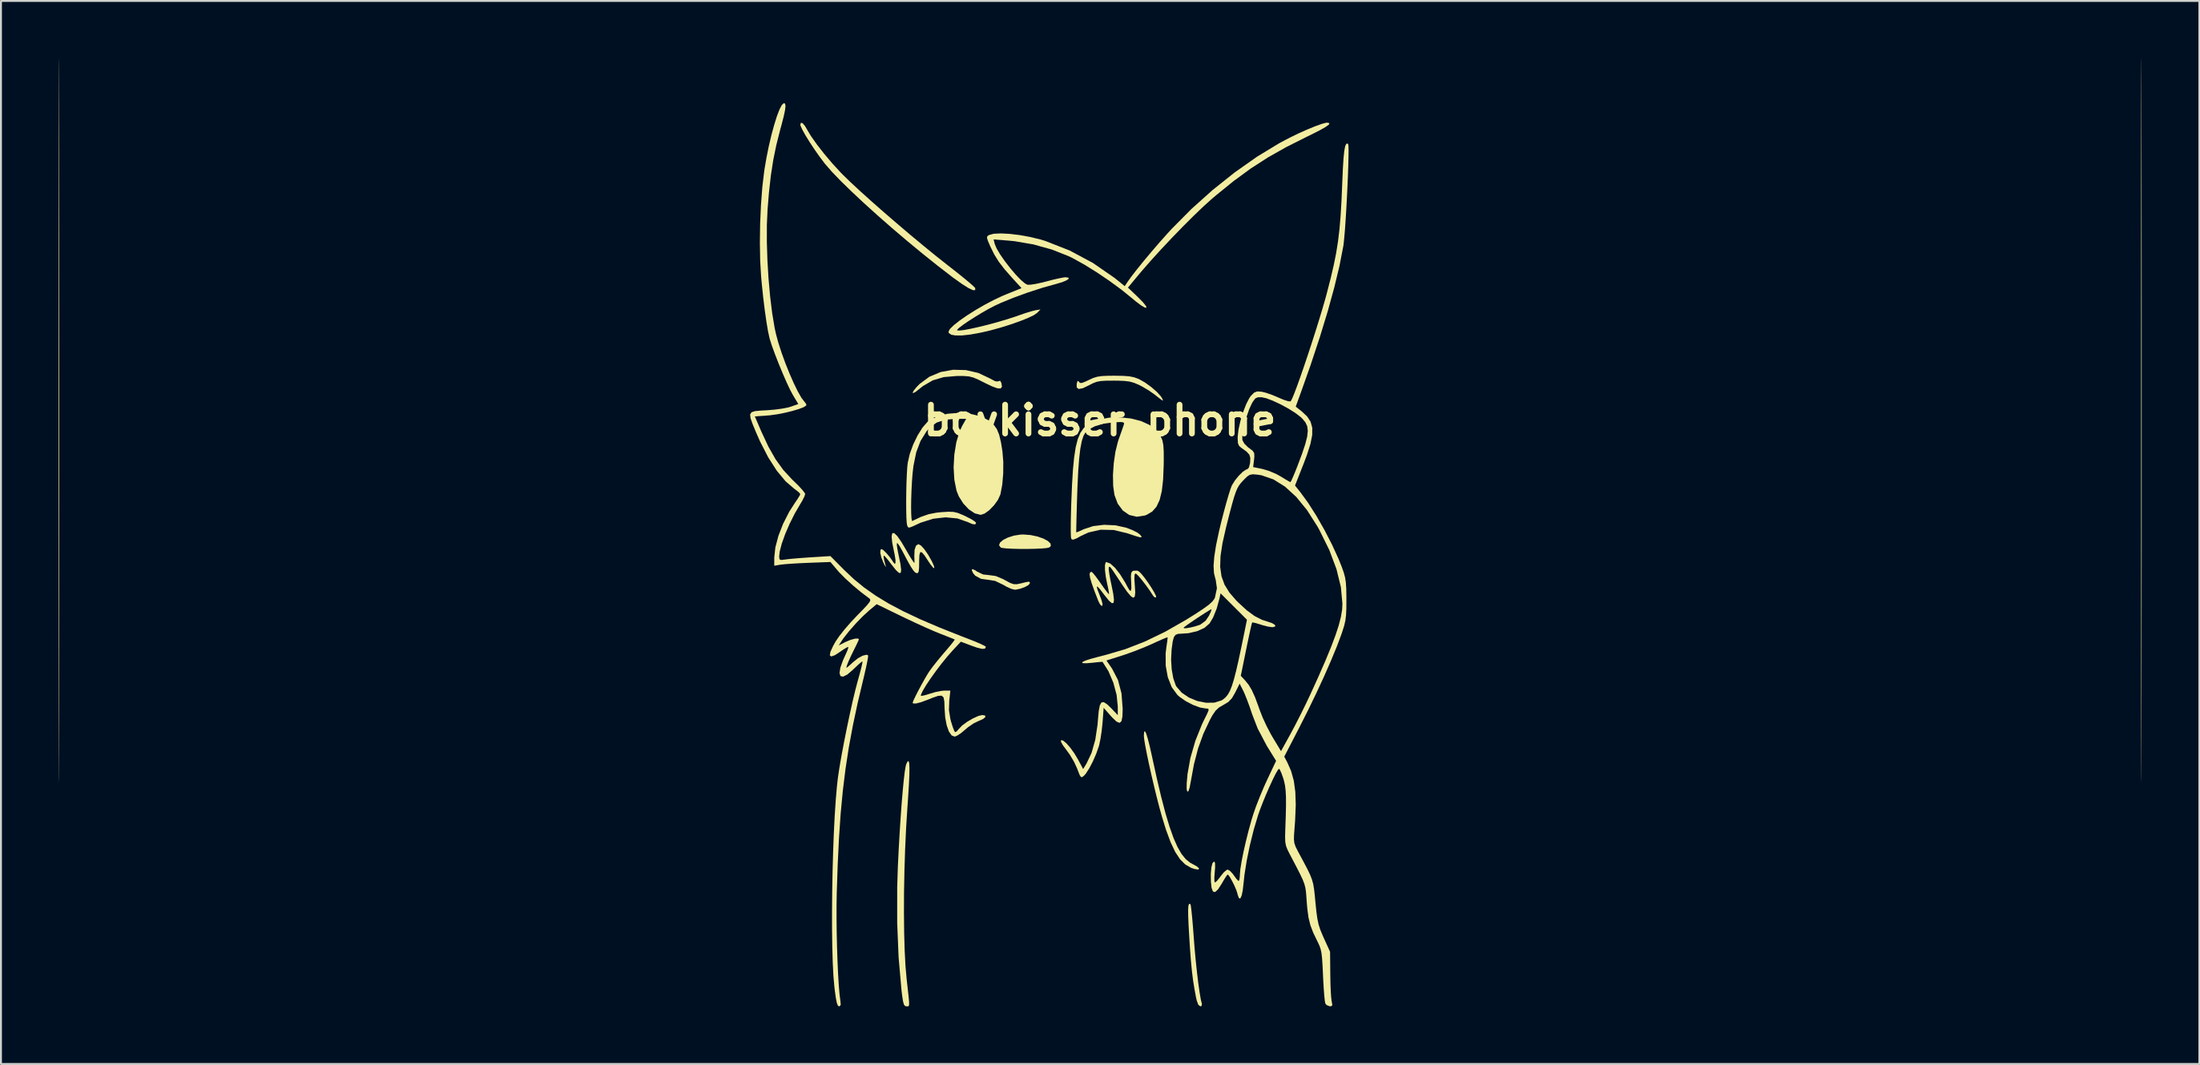
<source format=kicad_pcb>
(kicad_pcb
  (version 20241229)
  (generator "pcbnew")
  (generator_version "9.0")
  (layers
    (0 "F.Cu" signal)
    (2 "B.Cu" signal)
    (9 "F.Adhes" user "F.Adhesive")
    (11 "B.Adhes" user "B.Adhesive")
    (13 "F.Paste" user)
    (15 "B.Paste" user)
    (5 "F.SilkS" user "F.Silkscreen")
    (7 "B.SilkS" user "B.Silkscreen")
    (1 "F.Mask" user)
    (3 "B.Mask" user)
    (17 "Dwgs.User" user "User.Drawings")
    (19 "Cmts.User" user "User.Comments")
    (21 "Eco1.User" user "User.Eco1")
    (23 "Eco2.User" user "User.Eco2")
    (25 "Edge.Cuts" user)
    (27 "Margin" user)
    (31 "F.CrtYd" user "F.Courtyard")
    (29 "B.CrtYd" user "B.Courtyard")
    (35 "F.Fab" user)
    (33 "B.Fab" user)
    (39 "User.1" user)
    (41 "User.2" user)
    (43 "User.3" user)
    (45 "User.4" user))
  (footprint "boykisser_phone"
    (layer "F.Cu")
    (at 54.145 18.826)
    (property "Reference" "boykisser_phone" (at 0 0 0) (layer "F.SilkS") (effects (font (size 1.5 1.5) (thickness 0.3))))
    (attr board_only exclude_from_pos_files exclude_from_bom)
    (fp_poly (pts (xy -3.607 5.961) (xy -3.254 6.035) (xy -2.945 6.141) (xy -2.708 6.268) (xy -2.568 6.401) (xy -2.551 6.528) (xy -2.625 6.605) (xy -2.759 6.637) (xy -3.022 6.661) (xy -3.376 6.676) (xy -3.779 6.684) (xy -4.194 6.683) (xy -4.579 6.673) (xy -4.895 6.655) (xy -5.103 6.629) (xy -5.156 6.611) (xy -5.244 6.491) (xy -5.194 6.354) (xy -5.03 6.215) (xy -4.781 6.089) (xy -4.472 5.991) (xy -4.132 5.938) (xy -3.979 5.932)) (stroke (width 0) (type solid)) (fill yes) (layer "F.SilkS"))
    (fp_poly (pts (xy -6.475 7.799) (xy -6.385 7.864) (xy -6.077 8.011) (xy -5.777 8.043) (xy -5.418 8.093) (xy -5.032 8.254) (xy -4.937 8.306) (xy -4.673 8.45) (xy -4.486 8.516) (xy -4.314 8.519) (xy -4.107 8.476) (xy -3.843 8.411) (xy -3.704 8.389) (xy -3.65 8.408) (xy -3.641 8.468) (xy -3.641 8.471) (xy -3.714 8.562) (xy -3.896 8.663) (xy -4.13 8.751) (xy -4.358 8.801) (xy -4.426 8.805) (xy -4.607 8.761) (xy -4.858 8.647) (xy -5.024 8.551) (xy -5.445 8.348) (xy -5.756 8.297) (xy -6.177 8.241) (xy -6.481 8.077) (xy -6.593 7.944) (xy -6.666 7.781) (xy -6.622 7.731)) (stroke (width 0) (type solid)) (fill yes) (layer "F.SilkS"))
    (fp_poly (pts (xy 4.71 25.171) (xy 4.732 25.268) (xy 4.762 25.508) (xy 4.798 25.862) (xy 4.836 26.306) (xy 4.875 26.81) (xy 4.878 26.857) (xy 4.927 27.489) (xy 4.986 28.123) (xy 5.051 28.731) (xy 5.118 29.285) (xy 5.185 29.757) (xy 5.247 30.12) (xy 5.301 30.345) (xy 5.308 30.364) (xy 5.284 30.464) (xy 5.222 30.48) (xy 5.121 30.407) (xy 5.036 30.179) (xy 5.003 30.035) (xy 4.916 29.569) (xy 4.844 29.117) (xy 4.785 28.64) (xy 4.733 28.102) (xy 4.685 27.462) (xy 4.647 26.867) (xy 4.612 26.251) (xy 4.593 25.787) (xy 4.589 25.46) (xy 4.602 25.255) (xy 4.632 25.156) (xy 4.679 25.147)) (stroke (width 0) (type solid)) (fill yes) (layer "F.SilkS"))
    (fp_poly (pts (xy -6.973 -2.622) (xy -6.324 -2.473) (xy -5.718 -2.187) (xy -5.693 -2.172) (xy -5.442 -2.04) (xy -5.293 -2.029) (xy -5.269 -2.046) (xy -5.183 -2.063) (xy -5.122 -1.947) (xy -5.091 -1.757) (xy -5.157 -1.666) (xy -5.33 -1.673) (xy -5.62 -1.779) (xy -5.973 -1.949) (xy -6.319 -2.123) (xy -6.574 -2.232) (xy -6.798 -2.29) (xy -7.05 -2.313) (xy -7.39 -2.315) (xy -7.447 -2.314) (xy -8.118 -2.256) (xy -8.688 -2.088) (xy -9.195 -1.796) (xy -9.423 -1.613) (xy -9.6 -1.476) (xy -9.714 -1.425) (xy -9.737 -1.445) (xy -9.679 -1.558) (xy -9.531 -1.739) (xy -9.371 -1.903) (xy -8.864 -2.276) (xy -8.275 -2.522) (xy -7.634 -2.638)) (stroke (width 0) (type solid)) (fill yes) (layer "F.SilkS"))
    (fp_poly (pts (xy 2.404 16.282) (xy 2.489 16.549) (xy 2.594 16.96) (xy 2.706 17.462) (xy 2.957 18.608) (xy 3.191 19.597) (xy 3.412 20.439) (xy 3.624 21.144) (xy 3.83 21.725) (xy 4.036 22.19) (xy 4.244 22.551) (xy 4.459 22.819) (xy 4.685 23.004) (xy 4.805 23.069) (xy 5.06 23.212) (xy 5.161 23.317) (xy 5.116 23.365) (xy 4.929 23.338) (xy 4.741 23.273) (xy 4.443 23.103) (xy 4.171 22.833) (xy 3.917 22.448) (xy 3.674 21.935) (xy 3.432 21.279) (xy 3.225 20.605) (xy 3.094 20.133) (xy 2.955 19.593) (xy 2.814 19.017) (xy 2.677 18.432) (xy 2.551 17.867) (xy 2.443 17.352) (xy 2.358 16.916) (xy 2.304 16.587) (xy 2.286 16.404) (xy 2.3 16.204) (xy 2.34 16.166)) (stroke (width 0) (type solid)) (fill yes) (layer "F.SilkS"))
    (fp_poly (pts (xy -9.915 17.829) (xy -9.903 18.069) (xy -9.908 18.448) (xy -9.933 18.976) (xy -9.976 19.659) (xy -10.01 20.151) (xy -10.077 21.207) (xy -10.128 22.31) (xy -10.164 23.433) (xy -10.185 24.549) (xy -10.189 25.63) (xy -10.178 26.65) (xy -10.151 27.583) (xy -10.108 28.4) (xy -10.048 29.073) (xy -9.99 29.591) (xy -9.948 29.964) (xy -9.925 30.216) (xy -9.92 30.37) (xy -9.934 30.45) (xy -9.966 30.479) (xy -10.017 30.482) (xy -10.063 30.48) (xy -10.138 30.46) (xy -10.193 30.38) (xy -10.238 30.211) (xy -10.282 29.924) (xy -10.318 29.627) (xy -10.467 27.928) (xy -10.541 26.125) (xy -10.54 24.269) (xy -10.505 23.199) (xy -10.462 22.323) (xy -10.414 21.476) (xy -10.362 20.675) (xy -10.309 19.938) (xy -10.254 19.284) (xy -10.201 18.731) (xy -10.15 18.296) (xy -10.102 17.999) (xy -10.068 17.873) (xy -9.998 17.739) (xy -9.947 17.722)) (stroke (width 0) (type solid)) (fill yes) (layer "F.SilkS"))
    (fp_poly (pts (xy 1.205 -2.321) (xy 1.527 -2.297) (xy 1.775 -2.248) (xy 1.996 -2.168) (xy 2.042 -2.147) (xy 2.346 -1.975) (xy 2.669 -1.741) (xy 2.961 -1.487) (xy 3.172 -1.253) (xy 3.225 -1.171) (xy 3.278 -1.064) (xy 3.269 -1.033) (xy 3.179 -1.088) (xy 2.987 -1.237) (xy 2.879 -1.324) (xy 2.572 -1.543) (xy 2.214 -1.757) (xy 2.032 -1.851) (xy 1.785 -1.956) (xy 1.554 -2.022) (xy 1.284 -2.057) (xy 0.922 -2.071) (xy 0.72 -2.072) (xy 0.318 -2.069) (xy 0.035 -2.051) (xy -0.178 -2.008) (xy -0.373 -1.932) (xy -0.567 -1.831) (xy -0.894 -1.675) (xy -1.105 -1.638) (xy -1.206 -1.72) (xy -1.205 -1.909) (xy -1.163 -2.054) (xy -1.112 -2.045) (xy -1.091 -2.012) (xy -1.029 -1.951) (xy -0.92 -1.956) (xy -0.724 -2.035) (xy -0.574 -2.107) (xy -0.348 -2.21) (xy -0.138 -2.275) (xy 0.106 -2.311) (xy 0.433 -2.326) (xy 0.762 -2.328)) (stroke (width 0) (type solid)) (fill yes) (layer "F.SilkS"))
    (fp_poly (pts (xy -15.453 -15.461) (xy -15.329 -15.312) (xy -15.248 -15.171) (xy -15.033 -14.81) (xy -14.722 -14.369) (xy -14.343 -13.882) (xy -13.923 -13.385) (xy -13.491 -12.913) (xy -13.365 -12.785) (xy -12.972 -12.402) (xy -12.47 -11.936) (xy -11.883 -11.408) (xy -11.236 -10.838) (xy -10.552 -10.248) (xy -9.857 -9.657) (xy -9.174 -9.089) (xy -8.527 -8.562) (xy -7.942 -8.099) (xy -7.906 -8.071) (xy -7.488 -7.744) (xy -7.117 -7.446) (xy -6.813 -7.195) (xy -6.598 -7.007) (xy -6.491 -6.901) (xy -6.485 -6.89) (xy -6.483 -6.78) (xy -6.6 -6.78) (xy -6.83 -6.887) (xy -7.165 -7.097) (xy -7.599 -7.407) (xy -7.677 -7.465) (xy -8.443 -8.056) (xy -9.233 -8.688) (xy -10.029 -9.346) (xy -10.813 -10.013) (xy -11.567 -10.675) (xy -12.275 -11.315) (xy -12.919 -11.918) (xy -13.482 -12.468) (xy -13.945 -12.95) (xy -14.291 -13.348) (xy -14.318 -13.382) (xy -14.582 -13.733) (xy -14.849 -14.113) (xy -15.1 -14.494) (xy -15.316 -14.845) (xy -15.478 -15.136) (xy -15.567 -15.335) (xy -15.578 -15.388) (xy -15.543 -15.492)) (stroke (width 0) (type solid)) (fill yes) (layer "F.SilkS"))
    (fp_poly (pts (xy -54.131 -18.675) (xy -54.129 -18.368) (xy -54.128 -17.903) (xy -54.127 -17.277) (xy -54.125 -16.487) (xy -54.124 -15.531) (xy -54.123 -15.261) (xy -54.121 -13.35) (xy -54.119 -11.295) (xy -54.117 -9.119) (xy -54.116 -6.848) (xy -54.115 -4.506) (xy -54.114 -2.117) (xy -54.114 0.293) (xy -54.114 2.7) (xy -54.115 5.079) (xy -54.116 7.406) (xy -54.117 9.657) (xy -54.119 11.805) (xy -54.121 13.828) (xy -54.123 15.261) (xy -54.125 16.26) (xy -54.126 17.092) (xy -54.128 17.759) (xy -54.129 18.265) (xy -54.13 18.612) (xy -54.132 18.802) (xy -54.133 18.838) (xy -54.134 18.723) (xy -54.136 18.459) (xy -54.137 18.048) (xy -54.138 17.493) (xy -54.139 16.798) (xy -54.14 15.963) (xy -54.141 14.992) (xy -54.141 13.888) (xy -54.142 12.652) (xy -54.143 11.288) (xy -54.143 9.798) (xy -54.144 8.184) (xy -54.144 6.45) (xy -54.145 4.597) (xy -54.145 2.629) (xy -54.145 0.547) (xy -54.145 0) (xy -54.145 -2.11) (xy -54.145 -4.108) (xy -54.144 -5.99) (xy -54.144 -7.755) (xy -54.144 -9.4) (xy -54.143 -10.921) (xy -54.142 -12.318) (xy -54.142 -13.586) (xy -54.141 -14.724) (xy -54.14 -15.729) (xy -54.139 -16.599) (xy -54.138 -17.33) (xy -54.137 -17.921) (xy -54.136 -18.368) (xy -54.135 -18.67) (xy -54.133 -18.823) (xy -54.132 -18.826)) (stroke (width 0) (type solid)) (fill yes) (layer "F.SilkS"))
    (fp_poly (pts (xy 54.158 -18.675) (xy 54.159 -18.368) (xy 54.161 -17.903) (xy 54.162 -17.277) (xy 54.164 -16.487) (xy 54.165 -15.531) (xy 54.165 -15.261) (xy 54.168 -13.35) (xy 54.17 -11.295) (xy 54.172 -9.119) (xy 54.173 -6.848) (xy 54.174 -4.506) (xy 54.174 -2.117) (xy 54.174 0.293) (xy 54.174 2.7) (xy 54.174 5.079) (xy 54.173 7.406) (xy 54.171 9.657) (xy 54.169 11.805) (xy 54.167 13.828) (xy 54.165 15.261) (xy 54.164 16.26) (xy 54.162 17.092) (xy 54.161 17.759) (xy 54.16 18.265) (xy 54.158 18.612) (xy 54.157 18.802) (xy 54.156 18.838) (xy 54.154 18.723) (xy 54.153 18.459) (xy 54.152 18.048) (xy 54.151 17.493) (xy 54.15 16.798) (xy 54.149 15.963) (xy 54.148 14.992) (xy 54.147 13.888) (xy 54.146 12.652) (xy 54.146 11.288) (xy 54.145 9.798) (xy 54.145 8.184) (xy 54.144 6.45) (xy 54.144 4.597) (xy 54.144 2.629) (xy 54.144 0.547) (xy 54.144 0) (xy 54.144 -2.11) (xy 54.144 -4.108) (xy 54.144 -5.99) (xy 54.145 -7.755) (xy 54.145 -9.4) (xy 54.146 -10.921) (xy 54.146 -12.318) (xy 54.147 -13.586) (xy 54.148 -14.724) (xy 54.149 -15.729) (xy 54.15 -16.599) (xy 54.151 -17.33) (xy 54.152 -17.921) (xy 54.153 -18.368) (xy 54.154 -18.67) (xy 54.155 -18.823) (xy 54.157 -18.826)) (stroke (width 0) (type solid)) (fill yes) (layer "F.SilkS"))
    (fp_poly (pts (xy -10.54 6.01) (xy -10.324 6.318) (xy -10.105 6.688) (xy -9.923 7.003) (xy -9.774 7.244) (xy -9.675 7.386) (xy -9.643 7.408) (xy -9.642 7.27) (xy -9.65 7.054) (xy -9.65 7.05) (xy -9.636 6.732) (xy -9.564 6.517) (xy -9.443 6.435) (xy -9.439 6.435) (xy -9.304 6.507) (xy -9.124 6.704) (xy -8.924 6.995) (xy -8.729 7.345) (xy -8.623 7.584) (xy -8.608 7.688) (xy -8.672 7.658) (xy -8.805 7.495) (xy -8.914 7.332) (xy -9.119 7.021) (xy -9.258 6.86) (xy -9.342 6.85) (xy -9.384 6.992) (xy -9.398 7.286) (xy -9.398 7.362) (xy -9.403 7.681) (xy -9.425 7.862) (xy -9.47 7.938) (xy -9.534 7.944) (xy -9.612 7.903) (xy -9.706 7.797) (xy -9.832 7.606) (xy -10 7.308) (xy -10.225 6.883) (xy -10.298 6.744) (xy -10.421 6.526) (xy -10.517 6.396) (xy -10.555 6.378) (xy -10.559 6.476) (xy -10.529 6.694) (xy -10.471 6.986) (xy -10.464 7.017) (xy -10.37 7.476) (xy -10.334 7.779) (xy -10.358 7.93) (xy -10.447 7.932) (xy -10.602 7.789) (xy -10.828 7.505) (xy -10.837 7.493) (xy -11.016 7.26) (xy -11.157 7.093) (xy -11.23 7.027) (xy -11.23 7.027) (xy -11.25 7.084) (xy -11.218 7.267) (xy -11.132 7.591) (xy -11.137 7.619) (xy -11.198 7.515) (xy -11.252 7.408) (xy -11.366 7.126) (xy -11.419 6.887) (xy -11.408 6.729) (xy -11.353 6.689) (xy -11.254 6.75) (xy -11.099 6.904) (xy -10.929 7.104) (xy -10.788 7.303) (xy -10.761 7.349) (xy -10.674 7.46) (xy -10.63 7.423) (xy -10.629 7.254) (xy -10.674 6.969) (xy -10.706 6.82) (xy -10.801 6.346) (xy -10.83 6.028) (xy -10.795 5.865) (xy -10.697 5.859)) (stroke (width 0) (type solid)) (fill yes) (layer "F.SilkS"))
    (fp_poly (pts (xy -6.774 -0.353) (xy -6.239 -0.225) (xy -5.795 -0.012) (xy -5.727 0.037) (xy -5.515 0.228) (xy -5.357 0.451) (xy -5.238 0.742) (xy -5.144 1.136) (xy -5.068 1.604) (xy -5.023 2.156) (xy -5.027 2.759) (xy -5.077 3.341) (xy -5.17 3.832) (xy -5.175 3.852) (xy -5.299 4.127) (xy -5.502 4.41) (xy -5.746 4.662) (xy -5.991 4.842) (xy -6.199 4.911) (xy -6.502 4.834) (xy -6.815 4.626) (xy -7.104 4.319) (xy -7.338 3.946) (xy -7.455 3.651) (xy -7.569 3.082) (xy -7.606 2.441) (xy -7.57 1.775) (xy -7.466 1.137) (xy -7.299 0.576) (xy -7.158 0.275) (xy -6.952 -0.085) (xy -7.496 -0.085) (xy -8.052 -0.037) (xy -8.494 0.113) (xy -8.853 0.379) (xy -9.019 0.57) (xy -9.328 1.07) (xy -9.55 1.656) (xy -9.694 2.356) (xy -9.739 2.747) (xy -9.773 3.191) (xy -9.797 3.655) (xy -9.812 4.108) (xy -9.817 4.521) (xy -9.811 4.865) (xy -9.796 5.11) (xy -9.77 5.226) (xy -9.758 5.231) (xy -9.3 5.014) (xy -8.909 4.878) (xy -8.512 4.799) (xy -8.225 4.769) (xy -7.871 4.748) (xy -7.618 4.757) (xy -7.395 4.808) (xy -7.135 4.914) (xy -6.993 4.979) (xy -6.721 5.118) (xy -6.522 5.241) (xy -6.436 5.324) (xy -6.435 5.33) (xy -6.49 5.411) (xy -6.66 5.381) (xy -6.864 5.288) (xy -7.41 5.097) (xy -8.024 5.039) (xy -8.672 5.113) (xy -9.319 5.318) (xy -9.446 5.376) (xy -9.72 5.504) (xy -9.878 5.566) (xy -9.959 5.568) (xy -10 5.514) (xy -10.024 5.454) (xy -10.047 5.304) (xy -10.063 5.02) (xy -10.071 4.636) (xy -10.073 4.187) (xy -10.068 3.708) (xy -10.057 3.232) (xy -10.039 2.795) (xy -10.017 2.432) (xy -9.992 2.202) (xy -9.886 1.738) (xy -9.707 1.248) (xy -9.479 0.777) (xy -9.224 0.37) (xy -8.964 0.071) (xy -8.885 0.006) (xy -8.455 -0.215) (xy -7.929 -0.348) (xy -7.353 -0.394)) (stroke (width 0) (type solid)) (fill yes) (layer "F.SilkS"))
    (fp_poly (pts (xy 0.538 7.443) (xy 0.782 7.661) (xy 1.048 8) (xy 1.321 8.441) (xy 1.435 8.657) (xy 1.542 8.838) (xy 1.609 8.867) (xy 1.637 8.739) (xy 1.63 8.45) (xy 1.625 8.383) (xy 1.612 8.092) (xy 1.632 7.925) (xy 1.692 7.842) (xy 1.737 7.819) (xy 1.932 7.812) (xy 2.021 7.848) (xy 2.143 7.962) (xy 2.309 8.166) (xy 2.494 8.42) (xy 2.673 8.688) (xy 2.821 8.934) (xy 2.914 9.119) (xy 2.927 9.206) (xy 2.838 9.197) (xy 2.763 9.112) (xy 2.592 8.848) (xy 2.391 8.568) (xy 2.188 8.305) (xy 2.011 8.096) (xy 1.886 7.975) (xy 1.853 7.959) (xy 1.805 8.021) (xy 1.793 8.218) (xy 1.815 8.565) (xy 1.818 8.594) (xy 1.838 8.95) (xy 1.814 9.161) (xy 1.74 9.225) (xy 1.609 9.142) (xy 1.414 8.91) (xy 1.149 8.528) (xy 1.123 8.488) (xy 0.877 8.114) (xy 0.709 7.861) (xy 0.601 7.707) (xy 0.537 7.63) (xy 0.501 7.609) (xy 0.476 7.624) (xy 0.463 7.637) (xy 0.458 7.737) (xy 0.487 7.965) (xy 0.544 8.283) (xy 0.6 8.547) (xy 0.695 9.018) (xy 0.732 9.332) (xy 0.708 9.494) (xy 0.621 9.506) (xy 0.469 9.373) (xy 0.247 9.098) (xy 0.219 9.06) (xy 0.007 8.783) (xy -0.119 8.648) (xy -0.161 8.654) (xy -0.124 8.801) (xy -0.052 8.985) (xy 0.082 9.338) (xy 0.139 9.554) (xy 0.122 9.646) (xy 0.101 9.652) (xy 0.016 9.582) (xy -0.071 9.419) (xy -0.282 8.875) (xy -0.427 8.468) (xy -0.51 8.181) (xy -0.536 7.998) (xy -0.508 7.901) (xy -0.433 7.874) (xy -0.359 7.939) (xy -0.218 8.113) (xy -0.035 8.364) (xy 0.038 8.47) (xy 0.225 8.735) (xy 0.374 8.933) (xy 0.461 9.032) (xy 0.473 9.038) (xy 0.47 8.948) (xy 0.433 8.741) (xy 0.38 8.505) (xy 0.306 8.129) (xy 0.266 7.794) (xy 0.263 7.535) (xy 0.298 7.387) (xy 0.332 7.366)) (stroke (width 0) (type solid)) (fill yes) (layer "F.SilkS"))
    (fp_poly (pts (xy 1.617 -0.103) (xy 2.142 0.031) (xy 2.58 0.231) (xy 2.85 0.442) (xy 3.034 0.647) (xy 3.165 0.832) (xy 3.25 1.033) (xy 3.299 1.283) (xy 3.32 1.617) (xy 3.322 2.069) (xy 3.318 2.328) (xy 3.288 3.075) (xy 3.22 3.672) (xy 3.107 4.137) (xy 2.943 4.486) (xy 2.722 4.738) (xy 2.437 4.907) (xy 2.339 4.945) (xy 1.919 5.009) (xy 1.53 4.918) (xy 1.192 4.686) (xy 0.926 4.327) (xy 0.758 3.876) (xy 0.691 3.409) (xy 0.68 2.841) (xy 0.72 2.23) (xy 0.806 1.633) (xy 0.936 1.108) (xy 0.966 1.016) (xy 1.08 0.693) (xy 1.177 0.417) (xy 1.238 0.239) (xy 1.244 0.221) (xy 1.258 0.14) (xy 1.214 0.096) (xy 1.079 0.082) (xy 0.821 0.092) (xy 0.669 0.102) (xy 0.17 0.172) (xy -0.269 0.305) (xy -0.607 0.487) (xy -0.743 0.612) (xy -0.852 0.798) (xy -0.943 1.079) (xy -1.018 1.469) (xy -1.078 1.983) (xy -1.127 2.632) (xy -1.165 3.432) (xy -1.177 3.768) (xy -1.195 4.335) (xy -1.21 4.844) (xy -1.221 5.269) (xy -1.228 5.588) (xy -1.231 5.777) (xy -1.229 5.82) (xy -1.152 5.799) (xy -0.972 5.721) (xy -0.84 5.658) (xy -0.353 5.497) (xy 0.219 5.428) (xy 0.815 5.456) (xy 1.377 5.581) (xy 1.377 5.581) (xy 1.682 5.699) (xy 1.937 5.828) (xy 2.078 5.93) (xy 2.159 6.03) (xy 2.163 6.078) (xy 2.072 6.074) (xy 1.865 6.016) (xy 1.522 5.901) (xy 1.446 5.875) (xy 0.724 5.699) (xy 0.043 5.684) (xy -0.591 5.826) (xy -0.964 5.998) (xy -1.227 6.14) (xy -1.381 6.2) (xy -1.462 6.187) (xy -1.496 6.132) (xy -1.509 6.009) (xy -1.515 5.744) (xy -1.514 5.366) (xy -1.506 4.903) (xy -1.491 4.383) (xy -1.488 4.289) (xy -1.449 3.349) (xy -1.401 2.562) (xy -1.338 1.914) (xy -1.257 1.389) (xy -1.151 0.972) (xy -1.015 0.647) (xy -0.845 0.4) (xy -0.636 0.213) (xy -0.381 0.073) (xy -0.077 -0.037) (xy -0.065 -0.04) (xy 0.473 -0.145) (xy 1.047 -0.164)) (stroke (width 0) (type solid)) (fill yes) (layer "F.SilkS"))
    (fp_poly (pts (xy 11.932 -15.471) (xy 11.913 -15.4) (xy 11.751 -15.278) (xy 11.443 -15.102) (xy 10.983 -14.869) (xy 10.732 -14.747) (xy 9.682 -14.219) (xy 8.735 -13.683) (xy 7.844 -13.108) (xy 6.963 -12.463) (xy 6.043 -11.717) (xy 5.804 -11.514) (xy 5.379 -11.13) (xy 4.874 -10.646) (xy 4.319 -10.092) (xy 3.742 -9.497) (xy 3.173 -8.892) (xy 2.64 -8.306) (xy 2.172 -7.769) (xy 2.052 -7.626) (xy 1.459 -6.913) (xy 1.967 -6.429) (xy 2.248 -6.143) (xy 2.398 -5.954) (xy 2.424 -5.864) (xy 2.336 -5.874) (xy 2.143 -5.987) (xy 1.853 -6.206) (xy 1.675 -6.356) (xy 1.128 -6.799) (xy 0.502 -7.259) (xy -0.158 -7.706) (xy -0.807 -8.109) (xy -1.399 -8.437) (xy -1.622 -8.547) (xy -2.501 -8.894) (xy -3.463 -9.161) (xy -4.434 -9.327) (xy -4.732 -9.356) (xy -5.527 -9.418) (xy -5.468 -9.183) (xy -5.369 -8.947) (xy -5.187 -8.639) (xy -4.945 -8.291) (xy -4.669 -7.934) (xy -4.386 -7.6) (xy -4.12 -7.322) (xy -3.897 -7.131) (xy -3.768 -7.062) (xy -3.607 -7.063) (xy -3.33 -7.106) (xy -2.984 -7.181) (xy -2.784 -7.233) (xy -2.419 -7.328) (xy -2.096 -7.401) (xy -1.863 -7.444) (xy -1.792 -7.451) (xy -1.633 -7.429) (xy -1.621 -7.371) (xy -1.738 -7.288) (xy -1.969 -7.193) (xy -2.264 -7.106) (xy -2.991 -6.903) (xy -3.754 -6.655) (xy -4.498 -6.384) (xy -5.163 -6.111) (xy -5.461 -5.973) (xy -5.782 -5.806) (xy -6.135 -5.605) (xy -6.494 -5.387) (xy -6.831 -5.171) (xy -7.117 -4.975) (xy -7.324 -4.817) (xy -7.426 -4.715) (xy -7.429 -4.691) (xy -7.314 -4.677) (xy -7.067 -4.706) (xy -6.716 -4.772) (xy -6.289 -4.867) (xy -5.815 -4.984) (xy -5.322 -5.118) (xy -4.841 -5.26) (xy -4.398 -5.403) (xy -4.233 -5.462) (xy -3.895 -5.579) (xy -3.585 -5.675) (xy -3.365 -5.731) (xy -3.344 -5.735) (xy -3.09 -5.776) (xy -3.266 -5.594) (xy -3.439 -5.476) (xy -3.745 -5.33) (xy -4.151 -5.168) (xy -4.624 -5.001) (xy -5.134 -4.84) (xy -5.646 -4.697) (xy -6.129 -4.583) (xy -6.173 -4.574) (xy -6.741 -4.47) (xy -7.18 -4.422) (xy -7.518 -4.425) (xy -7.726 -4.461) (xy -7.852 -4.548) (xy -7.874 -4.615) (xy -7.802 -4.756) (xy -7.601 -4.954) (xy -7.297 -5.195) (xy -6.912 -5.463) (xy -6.471 -5.742) (xy -5.998 -6.016) (xy -5.518 -6.269) (xy -5.054 -6.487) (xy -4.894 -6.554) (xy -4.074 -6.885) (xy -4.564 -7.421) (xy -4.959 -7.87) (xy -5.256 -8.257) (xy -5.49 -8.632) (xy -5.692 -9.04) (xy -5.709 -9.079) (xy -5.823 -9.344) (xy -5.87 -9.498) (xy -5.856 -9.582) (xy -5.783 -9.638) (xy -5.761 -9.65) (xy -5.521 -9.714) (xy -5.153 -9.732) (xy -4.692 -9.708) (xy -4.174 -9.646) (xy -3.632 -9.548) (xy -3.101 -9.419) (xy -2.836 -9.339) (xy -1.575 -8.844) (xy -0.365 -8.197) (xy 0.761 -7.418) (xy 0.922 -7.289) (xy 1.293 -6.988) (xy 1.43 -7.196) (xy 1.628 -7.476) (xy 1.918 -7.849) (xy 2.273 -8.289) (xy 2.67 -8.763) (xy 3.084 -9.245) (xy 3.491 -9.703) (xy 3.732 -9.966) (xy 4.761 -11.004) (xy 5.864 -11.992) (xy 7.011 -12.906) (xy 8.171 -13.723) (xy 9.313 -14.418) (xy 9.864 -14.71) (xy 10.324 -14.933) (xy 10.777 -15.135) (xy 11.188 -15.304) (xy 11.527 -15.426) (xy 11.759 -15.489) (xy 11.813 -15.494)) (stroke (width 0) (type solid)) (fill yes) (layer "F.SilkS"))
    (fp_poly (pts (xy -16.368 -16.476) (xy -16.348 -16.361) (xy -16.372 -16.147) (xy -16.442 -15.817) (xy -16.562 -15.352) (xy -16.636 -15.08) (xy -16.829 -14.316) (xy -16.985 -13.553) (xy -17.109 -12.748) (xy -17.209 -11.856) (xy -17.281 -10.981) (xy -17.317 -10.183) (xy -17.318 -9.29) (xy -17.289 -8.344) (xy -17.231 -7.385) (xy -17.148 -6.452) (xy -17.042 -5.588) (xy -16.916 -4.831) (xy -16.847 -4.511) (xy -16.72 -4.041) (xy -16.551 -3.52) (xy -16.354 -2.977) (xy -16.139 -2.442) (xy -15.921 -1.945) (xy -15.712 -1.516) (xy -15.523 -1.184) (xy -15.368 -0.979) (xy -15.345 -0.958) (xy -15.265 -0.839) (xy -15.271 -0.78) (xy -15.394 -0.696) (xy -15.645 -0.598) (xy -15.985 -0.496) (xy -16.375 -0.401) (xy -16.777 -0.322) (xy -17.149 -0.27) (xy -17.248 -0.262) (xy -17.943 -0.212) (xy -17.607 0.572) (xy -17.238 1.362) (xy -16.865 2.018) (xy -16.464 2.574) (xy -16.014 3.062) (xy -15.938 3.135) (xy -15.677 3.39) (xy -15.472 3.613) (xy -15.348 3.774) (xy -15.325 3.828) (xy -15.368 3.961) (xy -15.478 4.178) (xy -15.58 4.349) (xy -15.87 4.847) (xy -16.137 5.381) (xy -16.366 5.914) (xy -16.543 6.408) (xy -16.651 6.828) (xy -16.679 7.082) (xy -16.661 7.22) (xy -16.574 7.26) (xy -16.404 7.239) (xy -16.213 7.214) (xy -15.897 7.184) (xy -15.5 7.152) (xy -15.071 7.122) (xy -14.012 7.056) (xy -13.293 7.783) (xy -12.791 8.257) (xy -12.25 8.699) (xy -11.652 9.119) (xy -10.981 9.526) (xy -10.217 9.93) (xy -9.345 10.342) (xy -8.347 10.769) (xy -7.206 11.223) (xy -6.879 11.348) (xy -6.511 11.493) (xy -6.209 11.622) (xy -6.004 11.721) (xy -5.927 11.776) (xy -5.927 11.777) (xy -5.973 11.87) (xy -6.123 11.884) (xy -6.392 11.818) (xy -6.657 11.725) (xy -7.23 11.51) (xy -7.648 11.957) (xy -7.932 12.279) (xy -8.234 12.65) (xy -8.532 13.043) (xy -8.808 13.429) (xy -9.042 13.781) (xy -9.214 14.07) (xy -9.304 14.269) (xy -9.313 14.318) (xy -9.242 14.326) (xy -9.055 14.283) (xy -8.85 14.218) (xy -8.532 14.125) (xy -8.225 14.066) (xy -8.081 14.055) (xy -7.776 14.055) (xy -7.833 14.591) (xy -7.849 15.076) (xy -7.772 15.543) (xy -7.744 15.651) (xy -7.658 15.928) (xy -7.581 16.132) (xy -7.533 16.215) (xy -7.448 16.181) (xy -7.332 16.045) (xy -7.332 16.045) (xy -7.163 15.869) (xy -6.9 15.676) (xy -6.597 15.499) (xy -6.312 15.371) (xy -6.11 15.325) (xy -5.963 15.355) (xy -5.956 15.431) (xy -6.074 15.532) (xy -6.303 15.634) (xy -6.314 15.637) (xy -6.568 15.761) (xy -6.855 15.957) (xy -7.008 16.088) (xy -7.237 16.278) (xy -7.446 16.41) (xy -7.553 16.448) (xy -7.712 16.385) (xy -7.853 16.18) (xy -7.967 15.856) (xy -8.045 15.441) (xy -8.077 14.965) (xy -8.088 14.621) (xy -8.129 14.409) (xy -8.228 14.317) (xy -8.411 14.328) (xy -8.706 14.43) (xy -8.932 14.522) (xy -9.294 14.656) (xy -9.56 14.725) (xy -9.711 14.723) (xy -9.737 14.688) (xy -9.698 14.575) (xy -9.594 14.355) (xy -9.447 14.066) (xy -9.276 13.747) (xy -9.102 13.436) (xy -8.947 13.173) (xy -8.86 13.039) (xy -8.684 12.799) (xy -8.437 12.488) (xy -8.163 12.159) (xy -8.059 12.038) (xy -7.832 11.772) (xy -7.659 11.559) (xy -7.561 11.426) (xy -7.548 11.397) (xy -7.635 11.358) (xy -7.843 11.275) (xy -8.135 11.16) (xy -8.297 11.097) (xy -8.629 10.961) (xy -9.066 10.77) (xy -9.561 10.544) (xy -10.068 10.306) (xy -10.312 10.189) (xy -11.607 9.558) (xy -12.021 9.904) (xy -12.343 10.201) (xy -12.699 10.57) (xy -13.041 10.959) (xy -13.323 11.317) (xy -13.423 11.461) (xy -13.579 11.704) (xy -13.228 11.525) (xy -12.974 11.417) (xy -12.742 11.353) (xy -12.58 11.344) (xy -12.531 11.385) (xy -12.566 11.475) (xy -12.659 11.672) (xy -12.779 11.914) (xy -12.951 12.266) (xy -13.083 12.561) (xy -13.164 12.771) (xy -13.181 12.867) (xy -13.175 12.869) (xy -13.103 12.816) (xy -12.949 12.681) (xy -12.833 12.573) (xy -12.582 12.373) (xy -12.338 12.239) (xy -12.142 12.189) (xy -12.053 12.218) (xy -12.056 12.312) (xy -12.095 12.54) (xy -12.165 12.872) (xy -12.258 13.278) (xy -12.306 13.477) (xy -12.597 14.704) (xy -12.844 15.865) (xy -13.053 16.99) (xy -13.225 18.109) (xy -13.366 19.25) (xy -13.479 20.445) (xy -13.567 21.721) (xy -13.634 23.11) (xy -13.681 24.511) (xy -13.693 25.165) (xy -13.694 25.881) (xy -13.686 26.628) (xy -13.669 27.38) (xy -13.645 28.107) (xy -13.615 28.78) (xy -13.579 29.371) (xy -13.539 29.852) (xy -13.495 30.193) (xy -13.493 30.205) (xy -13.477 30.402) (xy -13.533 30.476) (xy -13.567 30.48) (xy -13.626 30.441) (xy -13.678 30.308) (xy -13.728 30.06) (xy -13.782 29.674) (xy -13.809 29.443) (xy -13.857 28.893) (xy -13.892 28.2) (xy -13.915 27.39) (xy -13.928 26.487) (xy -13.929 25.519) (xy -13.92 24.509) (xy -13.901 23.484) (xy -13.873 22.469) (xy -13.836 21.491) (xy -13.79 20.574) (xy -13.735 19.745) (xy -13.673 19.028) (xy -13.623 18.584) (xy -13.547 18.079) (xy -13.44 17.458) (xy -13.31 16.763) (xy -13.164 16.031) (xy -13.011 15.305) (xy -12.86 14.623) (xy -12.717 14.025) (xy -12.593 13.553) (xy -12.585 13.525) (xy -12.479 13.145) (xy -12.399 12.832) (xy -12.352 12.617) (xy -12.347 12.531) (xy -12.348 12.531) (xy -12.428 12.586) (xy -12.594 12.732) (xy -12.811 12.938) (xy -12.839 12.966) (xy -13.134 13.219) (xy -13.353 13.328) (xy -13.489 13.3) (xy -13.539 13.143) (xy -13.497 12.867) (xy -13.36 12.479) (xy -13.25 12.237) (xy -13.144 12.001) (xy -13.085 11.834) (xy -13.081 11.783) (xy -13.162 11.809) (xy -13.333 11.913) (xy -13.475 12.012) (xy -13.775 12.21) (xy -13.965 12.279) (xy -14.044 12.221) (xy -14.012 12.036) (xy -13.869 11.724) (xy -13.742 11.498) (xy -13.557 11.226) (xy -13.286 10.882) (xy -12.965 10.511) (xy -12.637 10.162) (xy -12.318 9.836) (xy -12.105 9.607) (xy -11.983 9.454) (xy -11.938 9.356) (xy -11.954 9.292) (xy -11.997 9.253) (xy -12.396 8.953) (xy -12.82 8.601) (xy -13.219 8.239) (xy -13.544 7.912) (xy -13.631 7.813) (xy -14.012 7.363) (xy -15.155 7.406) (xy -15.609 7.427) (xy -16.03 7.451) (xy -16.373 7.477) (xy -16.597 7.501) (xy -16.616 7.504) (xy -16.933 7.557) (xy -16.933 7.132) (xy -16.876 6.605) (xy -16.717 6.003) (xy -16.471 5.371) (xy -16.157 4.753) (xy -15.865 4.297) (xy -15.711 4.07) (xy -15.607 3.897) (xy -15.579 3.831) (xy -15.643 3.749) (xy -15.804 3.617) (xy -15.882 3.562) (xy -16.342 3.167) (xy -16.8 2.616) (xy -17.245 1.922) (xy -17.668 1.1) (xy -17.875 0.631) (xy -18.056 0.193) (xy -18.165 -0.112) (xy -18.189 -0.31) (xy -18.116 -0.427) (xy -17.935 -0.486) (xy -17.633 -0.515) (xy -17.335 -0.53) (xy -16.915 -0.564) (xy -16.513 -0.618) (xy -16.19 -0.682) (xy -16.075 -0.716) (xy -15.682 -0.856) (xy -15.968 -1.332) (xy -16.115 -1.608) (xy -16.299 -2.001) (xy -16.503 -2.469) (xy -16.709 -2.97) (xy -16.9 -3.46) (xy -17.059 -3.897) (xy -17.168 -4.239) (xy -17.177 -4.276) (xy -17.257 -4.64) (xy -17.341 -5.139) (xy -17.427 -5.741) (xy -17.509 -6.41) (xy -17.582 -7.115) (xy -17.617 -7.493) (xy -17.665 -8.32) (xy -17.681 -9.253) (xy -17.667 -10.237) (xy -17.623 -11.221) (xy -17.553 -12.148) (xy -17.456 -12.966) (xy -17.448 -13.025) (xy -17.342 -13.649) (xy -17.218 -14.265) (xy -17.081 -14.849) (xy -16.937 -15.378) (xy -16.795 -15.831) (xy -16.659 -16.186) (xy -16.536 -16.419) (xy -16.434 -16.51) (xy -16.428 -16.51)) (stroke (width 0) (type solid)) (fill yes) (layer "F.SilkS"))
    (fp_poly (pts (xy 12.911 -14.38) (xy 12.926 -14.279) (xy 12.932 -14.033) (xy 12.927 -13.669) (xy 12.915 -13.21) (xy 12.896 -12.683) (xy 12.871 -12.111) (xy 12.842 -11.521) (xy 12.81 -10.936) (xy 12.775 -10.383) (xy 12.74 -9.885) (xy 12.704 -9.469) (xy 12.671 -9.158) (xy 12.656 -9.06) (xy 12.463 -8.062) (xy 12.191 -6.93) (xy 11.847 -5.678) (xy 11.433 -4.322) (xy 10.954 -2.875) (xy 10.476 -1.524) (xy 10.184 -0.72) (xy 10.504 -0.466) (xy 10.775 -0.211) (xy 10.955 0.062) (xy 11.043 0.377) (xy 11.041 0.755) (xy 10.949 1.219) (xy 10.768 1.79) (xy 10.589 2.264) (xy 10.147 3.385) (xy 10.435 3.746) (xy 10.838 4.3) (xy 11.264 4.971) (xy 11.685 5.71) (xy 12.077 6.472) (xy 12.414 7.211) (xy 12.578 7.62) (xy 12.681 7.911) (xy 12.749 8.163) (xy 12.79 8.426) (xy 12.811 8.749) (xy 12.818 9.18) (xy 12.818 9.313) (xy 12.816 9.778) (xy 12.8 10.126) (xy 12.765 10.41) (xy 12.702 10.682) (xy 12.603 10.995) (xy 12.556 11.134) (xy 12.324 11.753) (xy 12.021 12.487) (xy 11.661 13.308) (xy 11.256 14.183) (xy 10.82 15.084) (xy 10.376 15.963) (xy 9.587 17.49) (xy 9.743 17.783) (xy 9.945 18.24) (xy 10.084 18.746) (xy 10.163 19.326) (xy 10.185 20.007) (xy 10.152 20.814) (xy 10.126 21.167) (xy 10.097 21.543) (xy 10.09 21.802) (xy 10.114 21.995) (xy 10.177 22.175) (xy 10.286 22.393) (xy 10.332 22.479) (xy 10.595 22.968) (xy 10.791 23.342) (xy 10.932 23.635) (xy 11.028 23.883) (xy 11.093 24.119) (xy 11.137 24.379) (xy 11.173 24.697) (xy 11.208 25.068) (xy 11.258 25.556) (xy 11.309 25.923) (xy 11.372 26.219) (xy 11.459 26.49) (xy 11.581 26.785) (xy 11.643 26.924) (xy 11.97 27.644) (xy 11.981 28.829) (xy 11.989 29.28) (xy 12.005 29.688) (xy 12.027 30.014) (xy 12.052 30.219) (xy 12.058 30.247) (xy 12.089 30.414) (xy 12.03 30.474) (xy 11.956 30.48) (xy 11.787 30.414) (xy 11.722 30.332) (xy 11.697 30.199) (xy 11.668 29.929) (xy 11.64 29.558) (xy 11.614 29.116) (xy 11.603 28.871) (xy 11.579 28.362) (xy 11.554 27.987) (xy 11.523 27.712) (xy 11.479 27.502) (xy 11.416 27.322) (xy 11.33 27.138) (xy 11.31 27.099) (xy 11.095 26.654) (xy 10.947 26.264) (xy 10.849 25.867) (xy 10.786 25.403) (xy 10.755 25.038) (xy 10.734 24.736) (xy 10.713 24.499) (xy 10.682 24.298) (xy 10.63 24.105) (xy 10.547 23.89) (xy 10.423 23.625) (xy 10.248 23.28) (xy 10.011 22.827) (xy 9.875 22.568) (xy 9.754 22.328) (xy 9.679 22.134) (xy 9.641 21.934) (xy 9.631 21.677) (xy 9.64 21.313) (xy 9.644 21.213) (xy 9.667 20.538) (xy 9.678 20.004) (xy 9.676 19.587) (xy 9.659 19.258) (xy 9.627 18.992) (xy 9.577 18.761) (xy 9.531 18.605) (xy 9.44 18.349) (xy 9.359 18.172) (xy 9.315 18.119) (xy 9.248 18.193) (xy 9.133 18.394) (xy 8.985 18.693) (xy 8.816 19.059) (xy 8.64 19.463) (xy 8.471 19.873) (xy 8.322 20.26) (xy 8.223 20.543) (xy 8.001 21.288) (xy 7.802 22.089) (xy 7.638 22.887) (xy 7.52 23.624) (xy 7.475 24.038) (xy 7.428 24.449) (xy 7.369 24.728) (xy 7.303 24.867) (xy 7.234 24.856) (xy 7.169 24.687) (xy 7.154 24.621) (xy 7.092 24.428) (xy 6.987 24.184) (xy 6.863 23.937) (xy 6.746 23.735) (xy 6.659 23.628) (xy 6.643 23.622) (xy 6.586 23.69) (xy 6.472 23.866) (xy 6.34 24.092) (xy 6.145 24.395) (xy 5.993 24.534) (xy 5.881 24.51) (xy 5.808 24.321) (xy 5.773 24.002) (xy 5.768 23.586) (xy 5.797 23.253) (xy 5.855 23.029) (xy 5.937 22.945) (xy 5.94 22.945) (xy 5.988 23.021) (xy 5.992 23.255) (xy 5.972 23.495) (xy 5.952 23.774) (xy 5.956 23.97) (xy 5.983 24.042) (xy 6.069 23.976) (xy 6.206 23.813) (xy 6.286 23.703) (xy 6.447 23.506) (xy 6.593 23.385) (xy 6.645 23.368) (xy 6.767 23.434) (xy 6.918 23.598) (xy 6.963 23.663) (xy 7.096 23.847) (xy 7.198 23.951) (xy 7.218 23.96) (xy 7.257 23.885) (xy 7.279 23.697) (xy 7.281 23.611) (xy 7.305 23.335) (xy 7.37 22.934) (xy 7.468 22.443) (xy 7.591 21.901) (xy 7.731 21.342) (xy 7.88 20.804) (xy 7.976 20.489) (xy 8.12 20.076) (xy 8.314 19.58) (xy 8.528 19.07) (xy 8.697 18.697) (xy 9.163 17.709) (xy 8.682 16.932) (xy 8.207 16.032) (xy 7.921 15.292) (xy 7.784 14.888) (xy 7.641 14.503) (xy 7.514 14.191) (xy 7.454 14.061) (xy 7.266 13.692) (xy 7.04 14.149) (xy 6.868 14.449) (xy 6.677 14.648) (xy 6.421 14.801) (xy 6.191 14.935) (xy 6.015 15.1) (xy 5.85 15.343) (xy 5.729 15.563) (xy 5.38 16.303) (xy 5.105 17.064) (xy 4.89 17.896) (xy 4.735 18.737) (xy 4.668 19.097) (xy 4.605 19.289) (xy 4.547 19.313) (xy 4.511 19.175) (xy 4.514 18.874) (xy 4.556 18.409) (xy 4.558 18.389) (xy 4.709 17.549) (xy 4.965 16.667) (xy 5.307 15.812) (xy 5.428 15.56) (xy 5.573 15.269) (xy 5.646 15.098) (xy 5.651 15.015) (xy 5.593 14.988) (xy 5.507 14.986) (xy 5.205 14.934) (xy 4.836 14.795) (xy 4.46 14.599) (xy 4.135 14.373) (xy 4.028 14.276) (xy 3.735 13.873) (xy 3.531 13.356) (xy 3.423 12.758) (xy 3.421 12.446) (xy 3.703 12.446) (xy 3.735 12.957) (xy 3.818 13.418) (xy 3.944 13.779) (xy 3.984 13.85) (xy 4.261 14.167) (xy 4.637 14.42) (xy 5.071 14.597) (xy 5.524 14.687) (xy 5.954 14.681) (xy 6.321 14.566) (xy 6.42 14.504) (xy 6.544 14.396) (xy 6.656 14.258) (xy 6.759 14.073) (xy 6.86 13.824) (xy 6.963 13.493) (xy 7.076 13.062) (xy 7.202 12.516) (xy 7.347 11.835) (xy 7.501 11.089) (xy 7.647 10.367) (xy 6.961 9.68) (xy 6.275 8.994) (xy 6.218 9.26) (xy 6.074 9.787) (xy 5.889 10.247) (xy 5.704 10.56) (xy 5.441 10.788) (xy 5.059 10.963) (xy 4.604 11.068) (xy 4.269 11.091) (xy 4.066 11.102) (xy 3.931 11.155) (xy 3.844 11.28) (xy 3.785 11.509) (xy 3.736 11.871) (xy 3.728 11.938) (xy 3.703 12.446) (xy 3.421 12.446) (xy 3.419 12.115) (xy 3.461 11.769) (xy 3.5 11.511) (xy 3.52 11.332) (xy 3.519 11.281) (xy 3.438 11.305) (xy 3.239 11.388) (xy 2.955 11.514) (xy 2.744 11.612) (xy 2.3 11.805) (xy 1.786 12.008) (xy 1.294 12.184) (xy 1.165 12.226) (xy 0.341 12.488) (xy 0.634 12.912) (xy 0.939 13.499) (xy 1.124 14.199) (xy 1.185 15.006) (xy 1.171 15.408) (xy 1.12 15.648) (xy 1.022 15.733) (xy 0.867 15.668) (xy 0.646 15.458) (xy 0.557 15.361) (xy 0.196 14.95) (xy 0.138 15.723) (xy 0.095 16.136) (xy 0.034 16.545) (xy -0.035 16.879) (xy -0.054 16.948) (xy -0.192 17.341) (xy -0.367 17.743) (xy -0.556 18.104) (xy -0.734 18.379) (xy -0.825 18.481) (xy -0.918 18.554) (xy -0.985 18.551) (xy -1.051 18.448) (xy -1.142 18.218) (xy -1.179 18.117) (xy -1.341 17.764) (xy -1.564 17.387) (xy -1.74 17.145) (xy -1.922 16.9) (xy -2.023 16.719) (xy -2.026 16.633) (xy -1.912 16.655) (xy -1.74 16.797) (xy -1.535 17.031) (xy -1.321 17.33) (xy -1.134 17.645) (xy -0.871 18.135) (xy -0.697 17.852) (xy -0.434 17.299) (xy -0.24 16.614) (xy -0.121 15.823) (xy -0.103 15.594) (xy -0.062 15.13) (xy -0.005 14.826) (xy 0.079 14.671) (xy 0.203 14.654) (xy 0.377 14.767) (xy 0.599 14.982) (xy 0.931 15.332) (xy 0.931 14.88) (xy 0.87 14.278) (xy 0.7 13.644) (xy 0.444 13.044) (xy 0.138 12.559) (xy 0.055 12.56) (xy -0.15 12.579) (xy -0.402 12.607) (xy -0.675 12.63) (xy -0.866 12.629) (xy -0.931 12.606) (xy -0.887 12.555) (xy -0.744 12.49) (xy -0.484 12.406) (xy -0.089 12.298) (xy 0.317 12.194) (xy 1.331 11.895) (xy 2.34 11.502) (xy 3.374 11.003) (xy 3.781 10.771) (xy 4.36 10.771) (xy 4.37 10.809) (xy 4.501 10.807) (xy 4.709 10.772) (xy 4.953 10.712) (xy 5.19 10.635) (xy 5.223 10.621) (xy 5.493 10.425) (xy 5.669 10.166) (xy 5.764 9.963) (xy 5.804 9.839) (xy 5.798 9.821) (xy 5.711 9.865) (xy 5.523 9.981) (xy 5.271 10.143) (xy 4.992 10.326) (xy 4.725 10.507) (xy 4.506 10.66) (xy 4.373 10.76) (xy 4.36 10.771) (xy 3.781 10.771) (xy 4.462 10.383) (xy 4.953 10.077) (xy 5.366 9.805) (xy 5.654 9.596) (xy 5.841 9.428) (xy 5.951 9.283) (xy 5.985 9.207) (xy 6.086 8.73) (xy 6.022 8.286) (xy 6.007 8.244) (xy 5.933 7.943) (xy 5.915 7.619) (xy 6.255 7.619) (xy 6.324 8.109) (xy 6.483 8.546) (xy 6.738 8.957) (xy 7.091 9.366) (xy 7.186 9.461) (xy 7.644 9.881) (xy 8.048 10.177) (xy 8.432 10.372) (xy 8.7 10.458) (xy 8.95 10.542) (xy 9.098 10.632) (xy 9.128 10.708) (xy 9.021 10.75) (xy 8.954 10.753) (xy 8.753 10.726) (xy 8.479 10.657) (xy 8.35 10.616) (xy 8.115 10.544) (xy 7.955 10.509) (xy 7.918 10.511) (xy 7.891 10.601) (xy 7.837 10.828) (xy 7.763 11.165) (xy 7.675 11.584) (xy 7.607 11.914) (xy 7.327 13.285) (xy 7.549 13.522) (xy 7.734 13.75) (xy 7.901 14.03) (xy 8.066 14.394) (xy 8.246 14.88) (xy 8.304 15.047) (xy 8.463 15.454) (xy 8.678 15.918) (xy 8.91 16.357) (xy 8.98 16.477) (xy 9.419 17.204) (xy 9.925 16.285) (xy 10.167 15.83) (xy 10.442 15.291) (xy 10.714 14.739) (xy 10.925 14.294) (xy 11.366 13.325) (xy 11.731 12.491) (xy 12.025 11.776) (xy 12.254 11.169) (xy 12.422 10.653) (xy 12.534 10.215) (xy 12.596 9.84) (xy 12.612 9.537) (xy 12.532 8.669) (xy 12.302 7.732) (xy 11.928 6.736) (xy 11.41 5.689) (xy 11.31 5.51) (xy 10.776 4.67) (xy 10.214 3.98) (xy 9.629 3.444) (xy 9.027 3.067) (xy 8.413 2.854) (xy 8.204 2.82) (xy 7.96 2.799) (xy 7.795 2.826) (xy 7.646 2.927) (xy 7.454 3.119) (xy 7.335 3.249) (xy 7.237 3.378) (xy 7.15 3.528) (xy 7.067 3.724) (xy 6.978 3.987) (xy 6.877 4.34) (xy 6.753 4.805) (xy 6.6 5.407) (xy 6.555 5.588) (xy 6.375 6.384) (xy 6.273 7.052) (xy 6.255 7.619) (xy 5.915 7.619) (xy 5.912 7.562) (xy 5.948 7.084) (xy 6.041 6.492) (xy 6.194 5.769) (xy 6.311 5.28) (xy 6.444 4.762) (xy 6.575 4.28) (xy 6.695 3.867) (xy 6.794 3.555) (xy 6.864 3.376) (xy 6.864 3.375) (xy 7.022 3.121) (xy 7.224 2.873) (xy 7.431 2.67) (xy 7.604 2.554) (xy 7.66 2.54) (xy 7.744 2.461) (xy 7.804 2.244) (xy 7.812 2.18) (xy 7.822 1.946) (xy 7.77 1.775) (xy 7.627 1.619) (xy 7.365 1.431) (xy 7.361 1.429) (xy 7.239 1.324) (xy 7.18 1.186) (xy 7.165 0.957) (xy 7.167 0.844) (xy 7.404 0.844) (xy 7.408 1.016) (xy 7.506 1.196) (xy 7.692 1.386) (xy 7.759 1.436) (xy 7.944 1.575) (xy 8.025 1.702) (xy 8.032 1.888) (xy 8.017 2.034) (xy 7.97 2.424) (xy 8.454 2.524) (xy 8.805 2.629) (xy 9.185 2.793) (xy 9.401 2.912) (xy 9.645 3.062) (xy 9.828 3.168) (xy 9.906 3.208) (xy 9.952 3.137) (xy 10.042 2.939) (xy 10.164 2.647) (xy 10.279 2.355) (xy 10.514 1.728) (xy 10.68 1.232) (xy 10.779 0.844) (xy 10.812 0.541) (xy 10.781 0.299) (xy 10.686 0.096) (xy 10.53 -0.092) (xy 10.433 -0.184) (xy 10.156 -0.396) (xy 9.796 -0.622) (xy 9.395 -0.839) (xy 9 -1.024) (xy 8.655 -1.155) (xy 8.412 -1.209) (xy 8.209 -1.206) (xy 8.077 -1.142) (xy 7.956 -0.978) (xy 7.898 -0.878) (xy 7.768 -0.594) (xy 7.641 -0.232) (xy 7.53 0.161) (xy 7.446 0.536) (xy 7.404 0.844) (xy 7.167 0.844) (xy 7.167 0.836) (xy 7.21 0.461) (xy 7.309 0.02) (xy 7.447 -0.433) (xy 7.607 -0.847) (xy 7.773 -1.169) (xy 7.849 -1.276) (xy 8.018 -1.448) (xy 8.179 -1.511) (xy 8.397 -1.499) (xy 8.64 -1.44) (xy 8.962 -1.328) (xy 9.285 -1.191) (xy 9.568 -1.072) (xy 9.792 -1.001) (xy 9.914 -0.992) (xy 9.92 -0.996) (xy 9.989 -1.119) (xy 10.099 -1.381) (xy 10.243 -1.762) (xy 10.414 -2.237) (xy 10.604 -2.786) (xy 10.806 -3.386) (xy 11.012 -4.014) (xy 11.216 -4.649) (xy 11.409 -5.269) (xy 11.584 -5.85) (xy 11.734 -6.371) (xy 11.808 -6.646) (xy 12.002 -7.403) (xy 12.159 -8.075) (xy 12.284 -8.7) (xy 12.382 -9.311) (xy 12.458 -9.947) (xy 12.517 -10.641) (xy 12.564 -11.43) (xy 12.603 -12.35) (xy 12.606 -12.428) (xy 12.636 -13.112) (xy 12.669 -13.638) (xy 12.708 -14.018) (xy 12.754 -14.265) (xy 12.809 -14.391) (xy 12.876 -14.406)) (stroke (width 0) (type solid)) (fill yes) (layer "F.SilkS")))
  (gr_rect
    (start -3 -3)
    (end 111.319 52.307)
    (stroke (width 0.1) (type default))
    (fill no)
    (layer "Edge.Cuts")))
</source>
